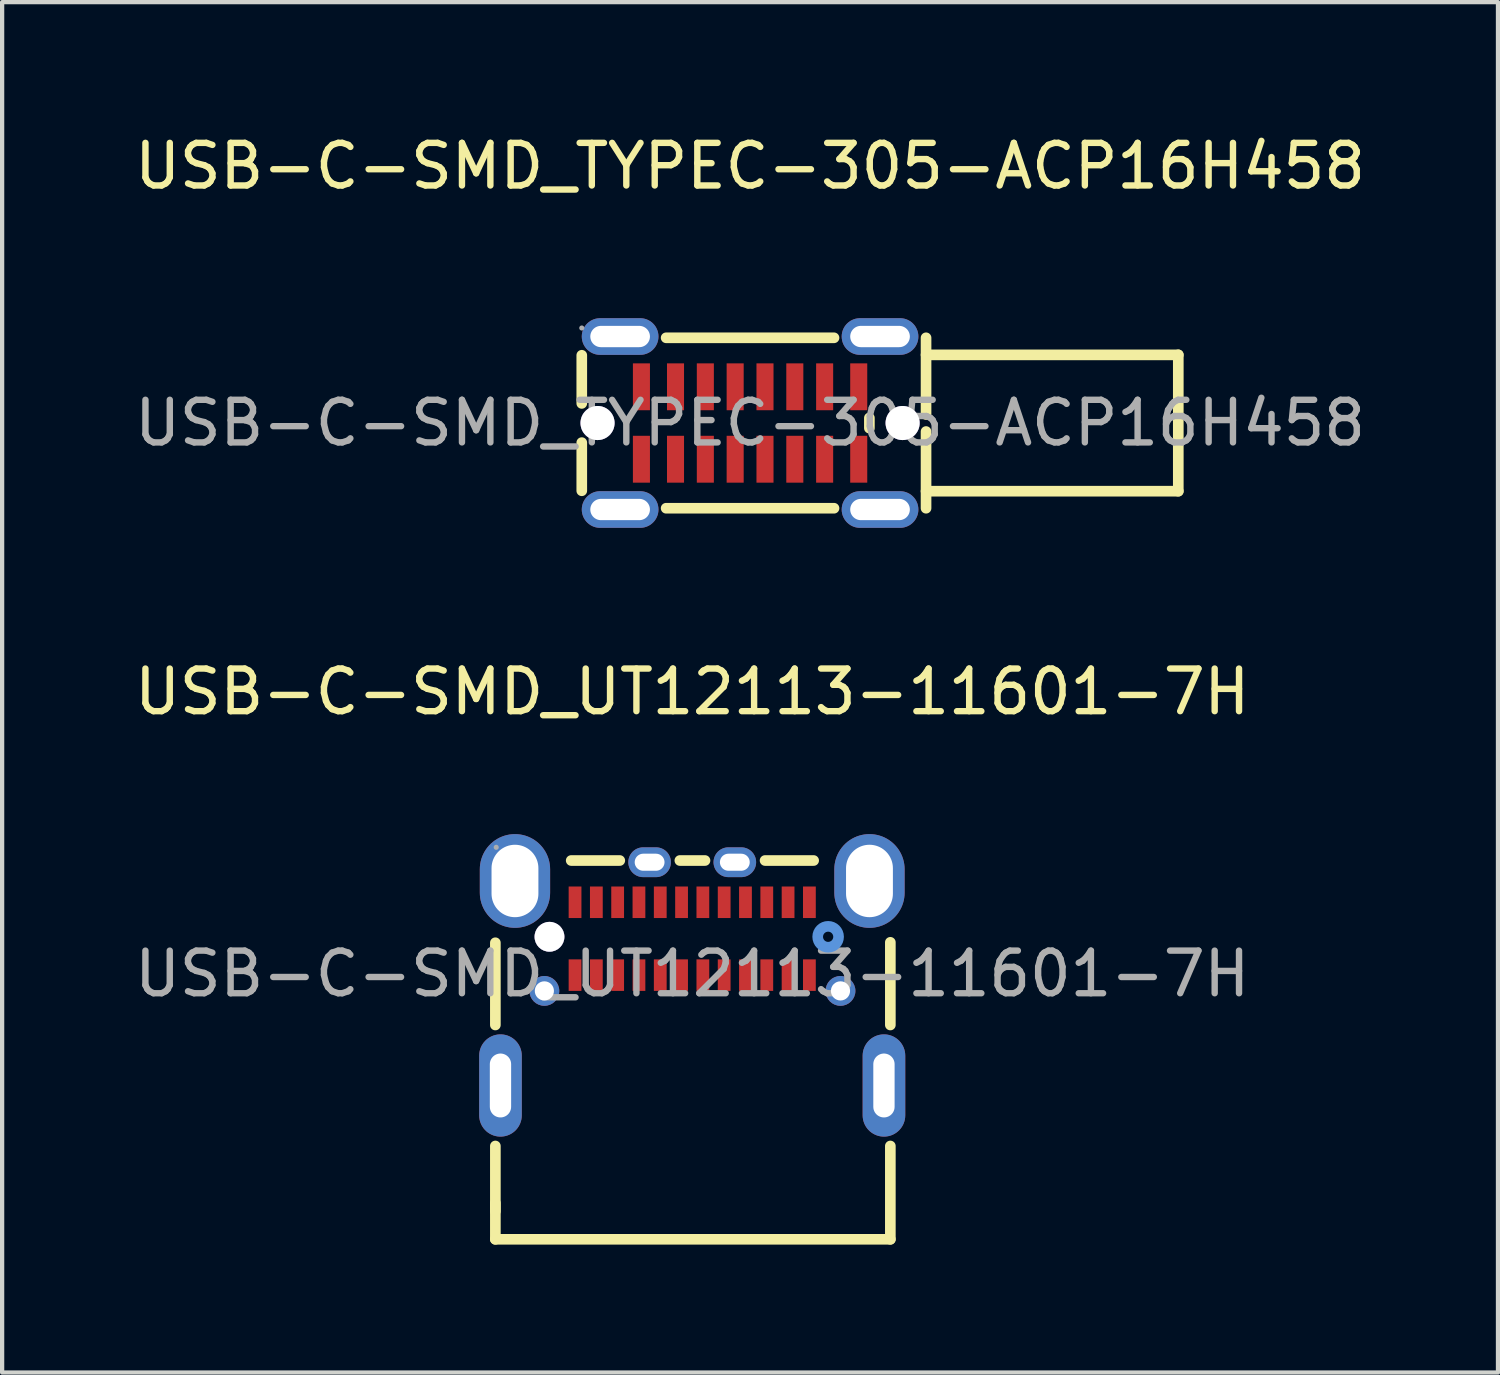
<source format=kicad_pcb>
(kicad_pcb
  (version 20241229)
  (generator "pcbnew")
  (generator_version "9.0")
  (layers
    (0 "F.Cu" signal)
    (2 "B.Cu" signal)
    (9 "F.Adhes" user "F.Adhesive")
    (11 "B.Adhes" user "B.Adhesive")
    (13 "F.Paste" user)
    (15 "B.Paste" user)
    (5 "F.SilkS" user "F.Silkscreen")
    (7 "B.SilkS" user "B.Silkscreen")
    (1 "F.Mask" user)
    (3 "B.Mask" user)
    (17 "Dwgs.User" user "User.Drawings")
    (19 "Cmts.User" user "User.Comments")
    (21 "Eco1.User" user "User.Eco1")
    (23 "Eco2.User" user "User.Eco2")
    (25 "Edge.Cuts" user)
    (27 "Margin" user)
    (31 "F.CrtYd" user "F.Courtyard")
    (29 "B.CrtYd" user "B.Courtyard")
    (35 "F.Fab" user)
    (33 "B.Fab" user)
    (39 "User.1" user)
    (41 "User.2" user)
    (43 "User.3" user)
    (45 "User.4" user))
  (footprint "USB-C-SMD_UT12113-11601-7H"
    (layer "F.Cu")
    (at 13.196 19.806)
    (property "Reference" "USB-C-SMD_UT12113-11601-7H" (at 0 -6.62 0) (layer "F.SilkS") (effects (font (size 1 1) (thickness 0.15))))
    (attr smd)
    (fp_line (start -4.62 1.2) (end -4.62 -0.73) (stroke (width 0.25) (type solid)) (layer "F.SilkS"))
    (fp_line (start -4.62 5.57) (end -4.62 4.04) (stroke (width 0.25) (type solid)) (layer "F.SilkS"))
    (fp_line (start -4.62 6.23) (end -4.62 5.38) (stroke (width 0.25) (type solid)) (layer "F.SilkS"))
    (fp_line (start -1.7 -2.66) (end -2.84 -2.66) (stroke (width 0.25) (type solid)) (layer "F.SilkS"))
    (fp_line (start 0.3 -2.66) (end -0.29 -2.66) (stroke (width 0.25) (type solid)) (layer "F.SilkS"))
    (fp_line (start 2.85 -2.66) (end 1.71 -2.66) (stroke (width 0.25) (type solid)) (layer "F.SilkS"))
    (fp_line (start 4.65 1.2) (end 4.65 -0.74) (stroke (width 0.25) (type solid)) (layer "F.SilkS"))
    (fp_line (start 4.65 6.23) (end -4.62 6.23) (stroke (width 0.25) (type solid)) (layer "F.SilkS"))
    (fp_line (start 4.65 6.23) (end 4.65 4.04) (stroke (width 0.25) (type solid)) (layer "F.SilkS"))
    (fp_circle (center -3.35 -0.87) (end -3.2 -0.87) (stroke (width 0.3) (type solid)) (fill no) (layer "Cmts.User"))
    (fp_circle (center 3.19 -0.87) (end 3.31 -0.87) (stroke (width 0.25) (type solid)) (fill no) (layer "Cmts.User"))
    (fp_circle (center -4.6 -2.97) (end -4.57 -2.97) (stroke (width 0.06) (type solid)) (fill no) (layer "F.Fab"))
    (fp_text user "${REFERENCE}" (at 0 0 0) (layer "F.Fab") (effects (font (size 1 1) (thickness 0.15))))
    (pad "" thru_hole circle (at -3.35 -0.87) (size 0.7 0.7) (drill 0.7) (layers "*.Cu" "*.Mask"))
    (pad "1" thru_hole circle (at -3.47 0.4) (size 0.7 0.7) (drill 0.45) (layers "*.Cu" "*.Mask"))
    (pad "1" thru_hole circle (at 3.48 0.4) (size 0.7 0.7) (drill 0.45) (layers "*.Cu" "*.Mask"))
    (pad "2" thru_hole oval (at -4.5 2.62) (size 1 2.4) (drill oval 0.5 1.5) (layers "*.Cu" "*.Mask"))
    (pad "2" thru_hole oval (at -1 -2.62 270) (size 0.7 1) (drill oval 0.4 0.7) (layers "*.Cu" "*.Mask"))
    (pad "2" thru_hole oval (at 1 -2.62 270) (size 0.7 1) (drill oval 0.4 0.7) (layers "*.Cu" "*.Mask"))
    (pad "2" thru_hole oval (at 4.5 2.62) (size 1 2.4) (drill oval 0.5 1.5) (layers "*.Cu" "*.Mask"))
    (pad "13" thru_hole oval (at -4.16 -2.18) (size 1.65 2.2) (drill oval 1.1 1.7) (layers "*.Cu" "*.Mask"))
    (pad "13" thru_hole oval (at 4.16 -2.18) (size 1.65 2.2) (drill oval 1.1 1.7) (layers "*.Cu" "*.Mask"))
    (pad "A1" smd rect (at -2.75 -1.68) (size 0.3 0.74) (layers "F.Cu" "F.Mask" "F.Paste"))
    (pad "A2" smd rect (at -2.25 -1.68) (size 0.3 0.74) (layers "F.Cu" "F.Mask" "F.Paste"))
    (pad "A3" smd rect (at -1.75 -1.68) (size 0.3 0.74) (layers "F.Cu" "F.Mask" "F.Paste"))
    (pad "A4" smd rect (at -1.25 -1.68) (size 0.3 0.74) (layers "F.Cu" "F.Mask" "F.Paste"))
    (pad "A5" smd rect (at -0.75 -1.68) (size 0.3 0.74) (layers "F.Cu" "F.Mask" "F.Paste"))
    (pad "A6" smd rect (at -0.25 -1.68) (size 0.3 0.74) (layers "F.Cu" "F.Mask" "F.Paste"))
    (pad "A7" smd rect (at 0.25 -1.68) (size 0.3 0.74) (layers "F.Cu" "F.Mask" "F.Paste"))
    (pad "A8" smd rect (at 0.75 -1.68) (size 0.3 0.74) (layers "F.Cu" "F.Mask" "F.Paste"))
    (pad "A9" smd rect (at 1.25 -1.68) (size 0.3 0.74) (layers "F.Cu" "F.Mask" "F.Paste"))
    (pad "A10" smd rect (at 1.75 -1.68) (size 0.3 0.74) (layers "F.Cu" "F.Mask" "F.Paste"))
    (pad "A11" smd rect (at 2.25 -1.68) (size 0.3 0.74) (layers "F.Cu" "F.Mask" "F.Paste"))
    (pad "A12" smd rect (at 2.75 -1.68) (size 0.3 0.74) (layers "F.Cu" "F.Mask" "F.Paste"))
    (pad "B1" smd rect (at 2.75 0.03) (size 0.3 0.74) (layers "F.Cu" "F.Mask" "F.Paste"))
    (pad "B2" smd rect (at 2.25 0.03) (size 0.3 0.74) (layers "F.Cu" "F.Mask" "F.Paste"))
    (pad "B3" smd rect (at 1.75 0.03) (size 0.3 0.74) (layers "F.Cu" "F.Mask" "F.Paste"))
    (pad "B4" smd rect (at 1.25 0.03) (size 0.3 0.74) (layers "F.Cu" "F.Mask" "F.Paste"))
    (pad "B5" smd rect (at 0.75 0.03) (size 0.3 0.74) (layers "F.Cu" "F.Mask" "F.Paste"))
    (pad "B6" smd rect (at 0.25 0.03) (size 0.3 0.74) (layers "F.Cu" "F.Mask" "F.Paste"))
    (pad "B7" smd rect (at -0.25 0.03) (size 0.3 0.74) (layers "F.Cu" "F.Mask" "F.Paste"))
    (pad "B8" smd rect (at -0.75 0.03) (size 0.3 0.74) (layers "F.Cu" "F.Mask" "F.Paste"))
    (pad "B9" smd rect (at -1.25 0.03) (size 0.3 0.74) (layers "F.Cu" "F.Mask" "F.Paste"))
    (pad "B10" smd rect (at -1.75 0.03) (size 0.3 0.74) (layers "F.Cu" "F.Mask" "F.Paste"))
    (pad "B11" smd rect (at -2.25 0.03) (size 0.3 0.74) (layers "F.Cu" "F.Mask" "F.Paste"))
    (pad "B12" smd rect (at -2.75 0.03) (size 0.3 0.74) (layers "F.Cu" "F.Mask" "F.Paste")))
  (footprint "USB-C-SMD_TYPEC-305-ACP16H458"
    (layer "F.Cu")
    (at 14.554 6.878)
    (property "Reference" "USB-C-SMD_TYPEC-305-ACP16H458" (at 0 -6.03 0) (layer "F.SilkS") (effects (font (size 1 1) (thickness 0.15))))
    (attr smd)
    (fp_line (start -3.95 -1.59) (end -3.95 -0.46) (stroke (width 0.25) (type solid)) (layer "F.SilkS"))
    (fp_line (start -3.95 0.46) (end -3.95 1.59) (stroke (width 0.25) (type solid)) (layer "F.SilkS"))
    (fp_line (start 1.97 -2) (end -1.97 -2) (stroke (width 0.25) (type solid)) (layer "F.SilkS"))
    (fp_line (start 1.97 2) (end -1.97 2) (stroke (width 0.25) (type solid)) (layer "F.SilkS"))
    (fp_line (start 2.8 -0.12) (end 2.8 0.12) (stroke (width 0.25) (type solid)) (layer "F.SilkS"))
    (fp_line (start 4.13 -2) (end 4.13 -0.2) (stroke (width 0.25) (type solid)) (layer "F.SilkS"))
    (fp_line (start 4.13 0.2) (end 4.13 2) (stroke (width 0.25) (type solid)) (layer "F.SilkS"))
    (fp_line (start 10.05 -1.6) (end 4.13 -1.6) (stroke (width 0.25) (type solid)) (layer "F.SilkS"))
    (fp_line (start 10.05 -1.6) (end 10.05 1.6) (stroke (width 0.25) (type solid)) (layer "F.SilkS"))
    (fp_line (start 10.05 1.6) (end 4.13 1.6) (stroke (width 0.25) (type solid)) (layer "F.SilkS"))
    (fp_circle (center -3.58 0) (end -3.43 0) (stroke (width 0.3) (type solid)) (fill no) (layer "Cmts.User"))
    (fp_circle (center 3.58 0) (end 3.73 0) (stroke (width 0.3) (type solid)) (fill no) (layer "Cmts.User"))
    (fp_circle (center -3.95 -2.23) (end -3.92 -2.23) (stroke (width 0.06) (type solid)) (fill no) (layer "F.Fab"))
    (fp_text user "${REFERENCE}" (at 0 0 0) (layer "F.Fab") (effects (font (size 1 1) (thickness 0.15))))
    (pad "" thru_hole circle (at -3.58 0) (size 0.8 0.8) (drill 0.8) (layers "*.Cu" "*.Mask"))
    (pad "" thru_hole circle (at 3.58 0) (size 0.8 0.8) (drill 0.8) (layers "*.Cu" "*.Mask"))
    (pad "1" thru_hole oval (at -3.05 -2.03 90) (size 0.86 1.8) (drill oval 0.5 1.4) (layers "*.Cu" "*.Mask"))
    (pad "1" thru_hole oval (at -3.05 2.03 90) (size 0.86 1.8) (drill oval 0.5 1.4) (layers "*.Cu" "*.Mask"))
    (pad "1" thru_hole oval (at 3.05 -2.03 90) (size 0.86 1.8) (drill oval 0.5 1.4) (layers "*.Cu" "*.Mask"))
    (pad "1" thru_hole oval (at 3.05 2.03 90) (size 0.86 1.8) (drill oval 0.5 1.4) (layers "*.Cu" "*.Mask"))
    (pad "A1" smd rect (at -2.55 -0.85 180) (size 0.4 1.1) (layers "F.Cu" "F.Mask" "F.Paste"))
    (pad "A4" smd rect (at -1.75 -0.85 180) (size 0.4 1.1) (layers "F.Cu" "F.Mask" "F.Paste"))
    (pad "A5" smd rect (at -1.05 -0.85 180) (size 0.4 1.1) (layers "F.Cu" "F.Mask" "F.Paste"))
    (pad "A6" smd rect (at -0.35 -0.85 180) (size 0.4 1.1) (layers "F.Cu" "F.Mask" "F.Paste"))
    (pad "A7" smd rect (at 0.35 -0.85 180) (size 0.4 1.1) (layers "F.Cu" "F.Mask" "F.Paste"))
    (pad "A8" smd rect (at 1.05 -0.85 180) (size 0.4 1.1) (layers "F.Cu" "F.Mask" "F.Paste"))
    (pad "A9" smd rect (at 1.75 -0.85 180) (size 0.4 1.1) (layers "F.Cu" "F.Mask" "F.Paste"))
    (pad "A12" smd rect (at 2.55 -0.85 180) (size 0.4 1.1) (layers "F.Cu" "F.Mask" "F.Paste"))
    (pad "B1" smd rect (at 2.55 0.85) (size 0.4 1.1) (layers "F.Cu" "F.Mask" "F.Paste"))
    (pad "B4" smd rect (at 1.75 0.85) (size 0.4 1.1) (layers "F.Cu" "F.Mask" "F.Paste"))
    (pad "B5" smd rect (at 1.05 0.85) (size 0.4 1.1) (layers "F.Cu" "F.Mask" "F.Paste"))
    (pad "B6" smd rect (at 0.35 0.85) (size 0.4 1.1) (layers "F.Cu" "F.Mask" "F.Paste"))
    (pad "B7" smd rect (at -0.35 0.85) (size 0.4 1.1) (layers "F.Cu" "F.Mask" "F.Paste"))
    (pad "B8" smd rect (at -1.05 0.85) (size 0.4 1.1) (layers "F.Cu" "F.Mask" "F.Paste"))
    (pad "B9" smd rect (at -1.75 0.85) (size 0.4 1.1) (layers "F.Cu" "F.Mask" "F.Paste"))
    (pad "B12" smd rect (at -2.55 0.85) (size 0.4 1.1) (layers "F.Cu" "F.Mask" "F.Paste")))
  (gr_rect
    (start -3 -3)
    (end 32.107 29.162)
    (stroke (width 0.1) (type default))
    (fill no)
    (layer "Edge.Cuts")))
</source>
